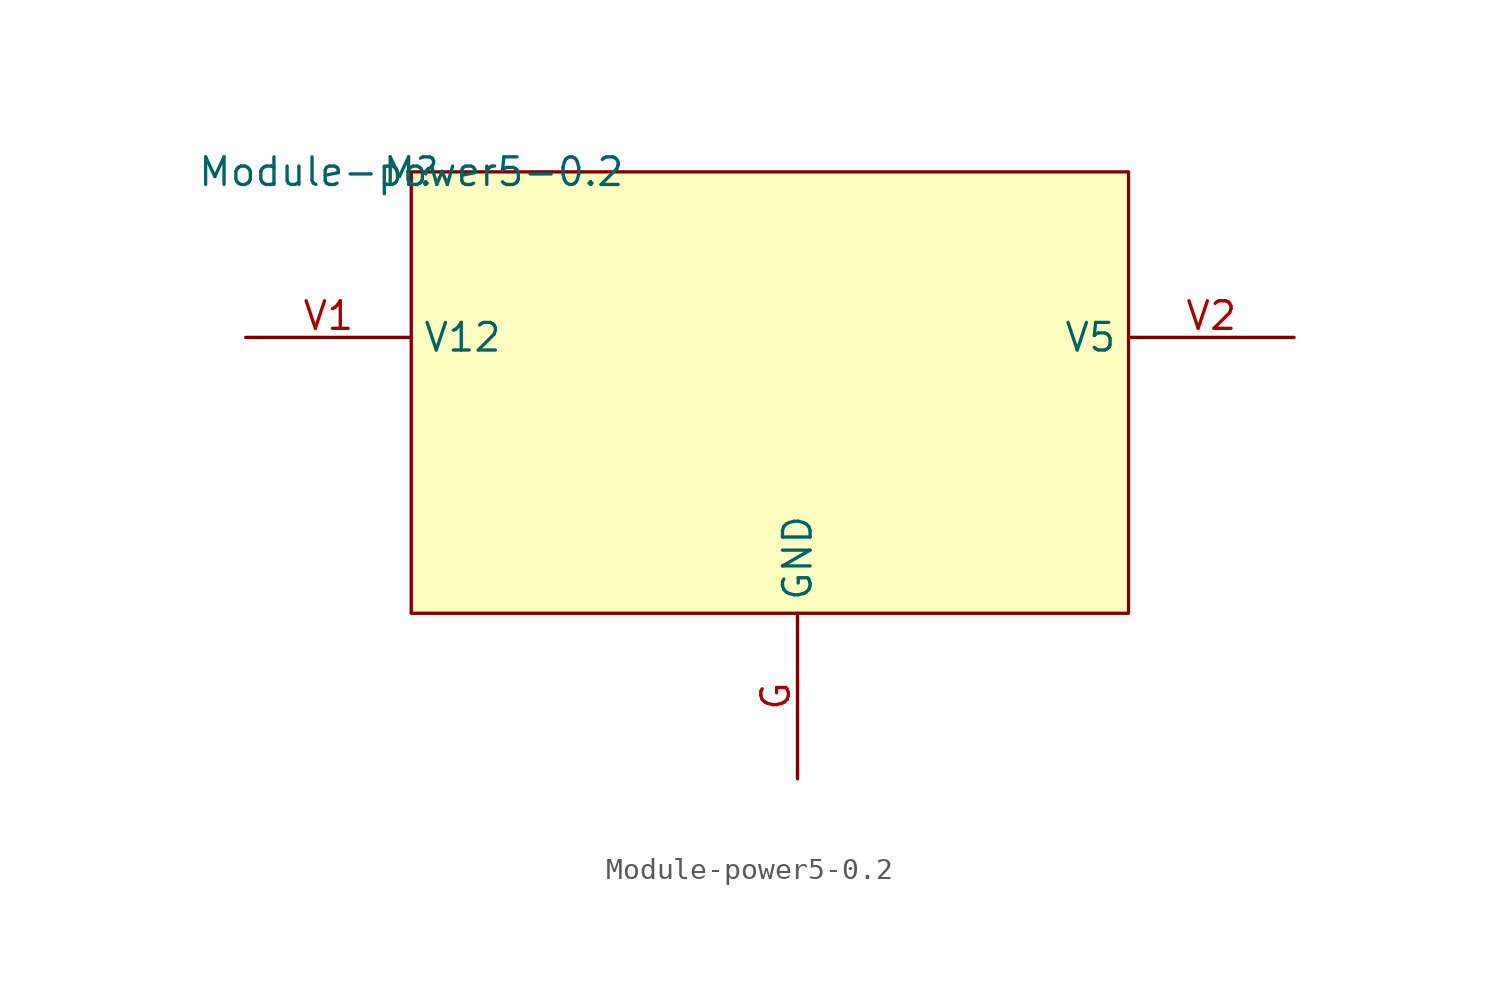
<source format=kicad_sym>
(kicad_symbol_lib
  (version 20201005)
  (generator kicad_symbol_editor)
  (symbol "power5:Module-power5-0.2"
    (property "Reference" "M"
      (at 0 0 0)
      (effects (font (size 1.27 1.27))))
    (property "Value" "Module-power5-0.2"
      (at 0 0 0)
      (effects (font (size 1.27 1.27))))
    (symbol "Module-power5-0.2_1_0"
      (rectangle (start 33.02 0) (end 0 -20.32) (stroke (width 0)) (fill (type background)))
      (pin passive line (at 17.78 -27.94 90) (length 7.62) (name "GND" (effects (font (size 1.27 1.27)))) (number "G" (effects (font (size 1.27 1.27)))))
      (pin passive line (at -7.62 -7.62 0) (length 7.62) (name "V12" (effects (font (size 1.27 1.27)))) (number "V1" (effects (font (size 1.27 1.27)))))
      (pin passive line (at 40.64 -7.62 180) (length 7.62) (name "V5" (effects (font (size 1.27 1.27)))) (number "V2" (effects (font (size 1.27 1.27))))))))
</source>
